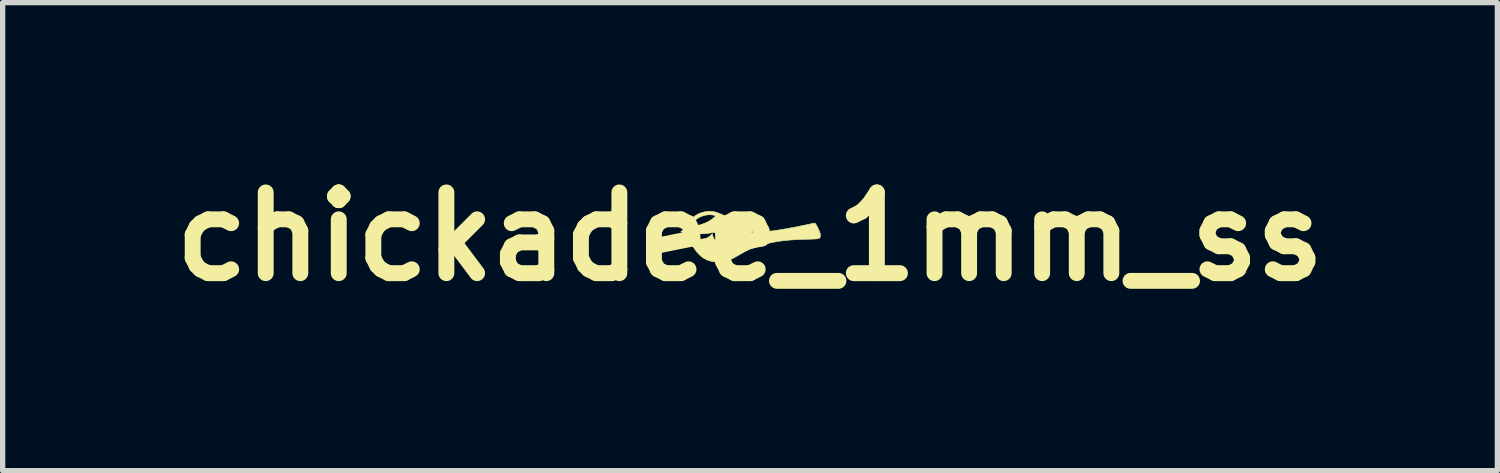
<source format=kicad_pcb>
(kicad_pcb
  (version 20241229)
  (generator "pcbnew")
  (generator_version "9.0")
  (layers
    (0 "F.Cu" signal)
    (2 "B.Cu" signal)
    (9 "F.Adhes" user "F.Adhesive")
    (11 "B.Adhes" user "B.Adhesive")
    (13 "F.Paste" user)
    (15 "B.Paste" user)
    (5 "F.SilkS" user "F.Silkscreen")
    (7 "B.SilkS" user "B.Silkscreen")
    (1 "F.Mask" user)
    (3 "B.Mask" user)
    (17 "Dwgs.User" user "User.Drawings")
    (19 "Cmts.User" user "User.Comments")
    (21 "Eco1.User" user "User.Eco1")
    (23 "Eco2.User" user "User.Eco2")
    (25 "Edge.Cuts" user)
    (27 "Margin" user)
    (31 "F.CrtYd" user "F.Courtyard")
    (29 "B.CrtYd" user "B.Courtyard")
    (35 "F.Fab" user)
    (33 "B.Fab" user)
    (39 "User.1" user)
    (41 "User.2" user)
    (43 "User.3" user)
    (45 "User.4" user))
  (footprint "chickadee_1mm_ss"
    (layer "F.Cu")
    (at 11.111 1.418)
    (property "Reference" "chickadee_1mm_ss" (at 0 0 0) (layer "F.SilkS") (effects (font (size 1.524 1.524) (thickness 0.3))))
    (attr through_hole)
    (fp_poly (pts (xy -0.751 -0.478) (xy -0.74 -0.478) (xy -0.731 -0.478) (xy -0.722 -0.477) (xy -0.714 -0.476) (xy -0.705 -0.475) (xy -0.696 -0.474) (xy -0.689 -0.472) (xy -0.669 -0.468) (xy -0.648 -0.462) (xy -0.627 -0.456) (xy -0.607 -0.449) (xy -0.604 -0.448) (xy -0.589 -0.442) (xy -0.574 -0.436) (xy -0.56 -0.43) (xy -0.545 -0.424) (xy -0.531 -0.418) (xy -0.516 -0.411) (xy -0.501 -0.404) (xy -0.485 -0.397) (xy -0.469 -0.39) (xy -0.452 -0.382) (xy -0.434 -0.374) (xy -0.415 -0.364) (xy -0.395 -0.355) (xy -0.373 -0.344) (xy -0.35 -0.333) (xy -0.325 -0.321) (xy -0.299 -0.308) (xy -0.271 -0.294) (xy -0.241 -0.279) (xy -0.233 -0.275) (xy -0.207 -0.262) (xy -0.183 -0.25) (xy -0.161 -0.239) (xy -0.14 -0.229) (xy -0.121 -0.22) (xy -0.103 -0.211) (xy -0.086 -0.203) (xy -0.07 -0.196) (xy -0.055 -0.189) (xy -0.041 -0.183) (xy -0.027 -0.176) (xy -0.013 -0.17) (xy 0.001 -0.165) (xy 0.014 -0.159) (xy 0.028 -0.153) (xy 0.043 -0.147) (xy 0.046 -0.146) (xy 0.055 -0.143) (xy 0.063 -0.14) (xy 0.07 -0.137) (xy 0.075 -0.134) (xy 0.079 -0.132) (xy 0.082 -0.131) (xy 0.082 -0.131) (xy 0.081 -0.13) (xy 0.079 -0.127) (xy 0.076 -0.123) (xy 0.071 -0.119) (xy 0.066 -0.113) (xy 0.06 -0.108) (xy 0.055 -0.103) (xy 0.049 -0.098) (xy 0.044 -0.093) (xy 0.042 -0.091) (xy 0.016 -0.072) (xy -0.012 -0.054) (xy -0.041 -0.037) (xy -0.073 -0.021) (xy -0.107 -0.006) (xy -0.143 0.008) (xy -0.181 0.021) (xy -0.221 0.033) (xy -0.263 0.044) (xy -0.306 0.053) (xy -0.313 0.055) (xy -0.343 0.06) (xy -0.371 0.065) (xy -0.397 0.068) (xy -0.422 0.07) (xy -0.446 0.071) (xy -0.468 0.071) (xy -0.489 0.069) (xy -0.499 0.068) (xy -0.521 0.065) (xy -0.542 0.059) (xy -0.561 0.053) (xy -0.578 0.045) (xy -0.593 0.035) (xy -0.607 0.024) (xy -0.618 0.011) (xy -0.628 -0.003) (xy -0.631 -0.009) (xy -0.636 -0.019) (xy -0.639 -0.029) (xy -0.642 -0.04) (xy -0.644 -0.053) (xy -0.646 -0.064) (xy -0.646 -0.072) (xy -0.67 -0.074) (xy -0.677 -0.075) (xy -0.684 -0.075) (xy -0.689 -0.076) (xy -0.693 -0.076) (xy -0.695 -0.076) (xy -0.695 -0.076) (xy -0.696 -0.077) (xy -0.696 -0.077) (xy -0.697 -0.078) (xy -0.699 -0.078) (xy -0.702 -0.078) (xy -0.706 -0.077) (xy -0.709 -0.077) (xy -0.711 -0.076) (xy -0.712 -0.076) (xy -0.716 -0.075) (xy -0.722 -0.074) (xy -0.728 -0.072) (xy -0.736 -0.071) (xy -0.738 -0.071) (xy -0.766 -0.066) (xy -0.792 -0.062) (xy -0.818 -0.059) (xy -0.845 -0.056) (xy -0.853 -0.055) (xy -0.86 -0.055) (xy -0.87 -0.054) (xy -0.88 -0.054) (xy -0.891 -0.054) (xy -0.903 -0.054) (xy -0.914 -0.054) (xy -0.925 -0.054) (xy -0.934 -0.055) (xy -0.942 -0.055) (xy -0.946 -0.055) (xy -0.971 -0.059) (xy -0.996 -0.063) (xy -1.02 -0.068) (xy -1.045 -0.074) (xy -1.071 -0.081) (xy -1.076 -0.083) (xy -1.084 -0.085) (xy -1.09 -0.087) (xy -1.094 -0.088) (xy -1.096 -0.089) (xy -1.098 -0.09) (xy -1.098 -0.091) (xy -1.098 -0.093) (xy -1.099 -0.097) (xy -1.1 -0.103) (xy -1.101 -0.11) (xy -1.102 -0.118) (xy -1.103 -0.128) (xy -1.104 -0.138) (xy -1.105 -0.15) (xy -1.106 -0.159) (xy -1.107 -0.167) (xy -1.107 -0.173) (xy -1.107 -0.177) (xy -1.107 -0.18) (xy -1.107 -0.182) (xy -1.107 -0.183) (xy -1.107 -0.183) (xy -1.105 -0.183) (xy -1.101 -0.184) (xy -1.1 -0.184) (xy -1.096 -0.185) (xy -1.09 -0.186) (xy -1.083 -0.188) (xy -1.074 -0.19) (xy -1.065 -0.192) (xy -1.054 -0.194) (xy -1.044 -0.197) (xy -1.034 -0.199) (xy -1.024 -0.201) (xy -1.015 -0.204) (xy -1.009 -0.205) (xy -0.974 -0.215) (xy -0.941 -0.224) (xy -0.91 -0.234) (xy -0.881 -0.244) (xy -0.854 -0.254) (xy -0.829 -0.265) (xy -0.825 -0.267) (xy -0.801 -0.278) (xy -0.776 -0.292) (xy -0.751 -0.307) (xy -0.728 -0.323) (xy -0.705 -0.34) (xy -0.69 -0.353) (xy -0.684 -0.358) (xy -0.678 -0.363) (xy -0.671 -0.369) (xy -0.665 -0.375) (xy -0.66 -0.38) (xy -0.655 -0.385) (xy -0.651 -0.389) (xy -0.649 -0.391) (xy -0.648 -0.393) (xy -0.648 -0.393) (xy -0.65 -0.394) (xy -0.653 -0.395) (xy -0.659 -0.397) (xy -0.665 -0.399) (xy -0.673 -0.401) (xy -0.681 -0.403) (xy -0.685 -0.404) (xy -0.709 -0.409) (xy -0.733 -0.412) (xy -0.757 -0.413) (xy -0.782 -0.413) (xy -0.808 -0.41) (xy -0.835 -0.406) (xy -0.863 -0.399) (xy -0.863 -0.399) (xy -0.892 -0.391) (xy -0.919 -0.381) (xy -0.945 -0.37) (xy -0.97 -0.357) (xy -0.993 -0.343) (xy -1.015 -0.328) (xy -1.035 -0.311) (xy -1.053 -0.294) (xy -1.07 -0.275) (xy -1.084 -0.255) (xy -1.096 -0.234) (xy -1.106 -0.213) (xy -1.107 -0.21) (xy -1.111 -0.2) (xy -1.162 -0.152) (xy -1.171 -0.143) (xy -1.18 -0.135) (xy -1.188 -0.127) (xy -1.195 -0.12) (xy -1.201 -0.114) (xy -1.206 -0.109) (xy -1.21 -0.106) (xy -1.212 -0.104) (xy -1.213 -0.103) (xy -1.212 -0.102) (xy -1.209 -0.101) (xy -1.204 -0.099) (xy -1.198 -0.096) (xy -1.19 -0.092) (xy -1.181 -0.088) (xy -1.171 -0.083) (xy -1.16 -0.079) (xy -1.158 -0.077) (xy -1.102 -0.053) (xy -1.096 -0.032) (xy -1.094 -0.023) (xy -1.09 -0.011) (xy -1.087 0.000459) (xy -1.083 0.013) (xy -1.079 0.024) (xy -1.075 0.035) (xy -1.072 0.043) (xy -1.07 0.048) (xy -1.069 0.051) (xy -1.067 0.053) (xy -1.065 0.054) (xy -1.062 0.054) (xy -1.058 0.054) (xy -1.052 0.055) (xy -1.044 0.055) (xy -1.035 0.055) (xy -1.026 0.055) (xy -1.017 0.055) (xy -1.007 0.055) (xy -0.998 0.054) (xy -0.99 0.054) (xy -0.982 0.054) (xy -0.977 0.053) (xy -0.921 0.047) (xy -0.887 0.043) (xy -0.872 0.041) (xy -0.859 0.038) (xy -0.848 0.036) (xy -0.839 0.034) (xy -0.83 0.031) (xy -0.821 0.028) (xy -0.813 0.025) (xy -0.804 0.02) (xy -0.803 0.02) (xy -0.784 0.009) (xy -0.765 -0.004) (xy -0.747 -0.019) (xy -0.73 -0.035) (xy -0.716 -0.051) (xy -0.71 -0.058) (xy -0.71 -0.054) (xy -0.71 -0.049) (xy -0.709 -0.042) (xy -0.707 -0.034) (xy -0.705 -0.026) (xy -0.703 -0.017) (xy -0.701 -0.01) (xy -0.7 -0.007) (xy -0.692 0.013) (xy -0.682 0.032) (xy -0.671 0.05) (xy -0.657 0.066) (xy -0.641 0.08) (xy -0.624 0.093) (xy -0.605 0.104) (xy -0.584 0.114) (xy -0.562 0.122) (xy -0.552 0.124) (xy -0.534 0.129) (xy -0.515 0.132) (xy -0.496 0.134) (xy -0.475 0.135) (xy -0.452 0.136) (xy -0.452 0.136) (xy -0.434 0.136) (xy -0.417 0.135) (xy -0.4 0.134) (xy -0.383 0.132) (xy -0.365 0.13) (xy -0.346 0.127) (xy -0.326 0.124) (xy -0.303 0.119) (xy -0.302 0.119) (xy -0.259 0.11) (xy -0.218 0.1) (xy -0.179 0.089) (xy -0.141 0.076) (xy -0.105 0.063) (xy -0.07 0.049) (xy -0.037 0.034) (xy -0.006 0.018) (xy 0.024 0.001) (xy 0.051 -0.017) (xy 0.076 -0.036) (xy 0.099 -0.055) (xy 0.115 -0.07) (xy 0.12 -0.076) (xy 0.126 -0.082) (xy 0.131 -0.088) (xy 0.136 -0.093) (xy 0.137 -0.094) (xy 0.14 -0.099) (xy 0.143 -0.103) (xy 0.145 -0.106) (xy 0.146 -0.107) (xy 0.147 -0.108) (xy 0.148 -0.108) (xy 0.15 -0.108) (xy 0.153 -0.108) (xy 0.158 -0.107) (xy 0.16 -0.107) (xy 0.195 -0.101) (xy 0.231 -0.097) (xy 0.267 -0.096) (xy 0.304 -0.097) (xy 0.309 -0.097) (xy 0.338 -0.1) (xy 0.369 -0.103) (xy 0.402 -0.107) (xy 0.438 -0.111) (xy 0.475 -0.116) (xy 0.514 -0.122) (xy 0.555 -0.128) (xy 0.598 -0.135) (xy 0.642 -0.142) (xy 0.688 -0.15) (xy 0.736 -0.159) (xy 0.784 -0.168) (xy 0.834 -0.177) (xy 0.885 -0.187) (xy 0.938 -0.198) (xy 0.991 -0.209) (xy 1.045 -0.22) (xy 1.1 -0.232) (xy 1.153 -0.243) (xy 1.168 -0.247) (xy 1.181 -0.25) (xy 1.192 -0.252) (xy 1.202 -0.253) (xy 1.21 -0.254) (xy 1.216 -0.255) (xy 1.222 -0.254) (xy 1.227 -0.253) (xy 1.231 -0.25) (xy 1.234 -0.247) (xy 1.238 -0.243) (xy 1.241 -0.238) (xy 1.245 -0.232) (xy 1.249 -0.225) (xy 1.251 -0.222) (xy 1.264 -0.2) (xy 1.276 -0.177) (xy 1.287 -0.156) (xy 1.297 -0.134) (xy 1.305 -0.114) (xy 1.313 -0.096) (xy 1.318 -0.082) (xy 1.323 -0.064) (xy 1.327 -0.047) (xy 1.329 -0.032) (xy 1.329 -0.018) (xy 1.328 -0.005) (xy 1.325 0.006) (xy 1.321 0.016) (xy 1.315 0.024) (xy 1.308 0.03) (xy 1.304 0.032) (xy 1.3 0.034) (xy 1.297 0.035) (xy 1.292 0.037) (xy 1.288 0.038) (xy 1.282 0.039) (xy 1.276 0.04) (xy 1.269 0.041) (xy 1.26 0.042) (xy 1.251 0.043) (xy 1.24 0.043) (xy 1.228 0.044) (xy 1.215 0.045) (xy 1.199 0.046) (xy 1.182 0.046) (xy 1.163 0.047) (xy 1.142 0.048) (xy 1.119 0.048) (xy 1.093 0.049) (xy 1.089 0.049) (xy 1.047 0.05) (xy 1.007 0.051) (xy 0.969 0.053) (xy 0.934 0.054) (xy 0.9 0.056) (xy 0.867 0.057) (xy 0.836 0.059) (xy 0.805 0.061) (xy 0.776 0.063) (xy 0.747 0.065) (xy 0.719 0.068) (xy 0.691 0.071) (xy 0.682 0.071) (xy 0.638 0.076) (xy 0.595 0.081) (xy 0.554 0.087) (xy 0.513 0.093) (xy 0.473 0.1) (xy 0.434 0.108) (xy 0.395 0.116) (xy 0.355 0.125) (xy 0.316 0.135) (xy 0.275 0.145) (xy 0.234 0.157) (xy 0.192 0.17) (xy 0.148 0.184) (xy 0.103 0.198) (xy 0.067 0.211) (xy 0.05 0.217) (xy 0.034 0.223) (xy 0.018 0.229) (xy 0.003 0.235) (xy -0.013 0.242) (xy -0.028 0.248) (xy -0.044 0.256) (xy -0.06 0.264) (xy -0.077 0.273) (xy -0.095 0.283) (xy -0.115 0.293) (xy -0.136 0.305) (xy -0.158 0.318) (xy -0.166 0.322) (xy -0.186 0.334) (xy -0.204 0.344) (xy -0.22 0.353) (xy -0.235 0.362) (xy -0.248 0.369) (xy -0.26 0.376) (xy -0.271 0.382) (xy -0.281 0.388) (xy -0.29 0.393) (xy -0.298 0.397) (xy -0.306 0.401) (xy -0.313 0.405) (xy -0.32 0.408) (xy -0.327 0.412) (xy -0.334 0.415) (xy -0.341 0.419) (xy -0.341 0.419) (xy -0.365 0.43) (xy -0.386 0.439) (xy -0.407 0.447) (xy -0.428 0.454) (xy -0.449 0.46) (xy -0.47 0.465) (xy -0.492 0.469) (xy -0.516 0.473) (xy -0.538 0.475) (xy -0.552 0.477) (xy -0.568 0.478) (xy -0.585 0.478) (xy -0.602 0.479) (xy -0.618 0.479) (xy -0.634 0.479) (xy -0.644 0.478) (xy -0.671 0.476) (xy -0.699 0.472) (xy -0.726 0.467) (xy -0.753 0.46) (xy -0.779 0.452) (xy -0.804 0.443) (xy -0.827 0.434) (xy -0.833 0.43) (xy -0.861 0.415) (xy -0.888 0.398) (xy -0.915 0.378) (xy -0.941 0.356) (xy -0.966 0.332) (xy -0.99 0.306) (xy -1.014 0.278) (xy -1.036 0.248) (xy -1.058 0.216) (xy -1.078 0.182) (xy -1.098 0.146) (xy -1.113 0.115) (xy -1.12 0.101) (xy -1.126 0.087) (xy -1.132 0.072) (xy -1.138 0.055) (xy -1.144 0.037) (xy -1.145 0.033) (xy -1.148 0.025) (xy -1.151 0.016) (xy -1.154 0.007) (xy -1.156 -0.002) (xy -1.159 -0.011) (xy -1.161 -0.018) (xy -1.163 -0.025) (xy -1.164 -0.029) (xy -1.164 -0.031) (xy -1.165 -0.035) (xy -1.235 -0.063) (xy -1.247 -0.068) (xy -1.259 -0.073) (xy -1.27 -0.077) (xy -1.28 -0.081) (xy -1.288 -0.085) (xy -1.295 -0.087) (xy -1.301 -0.09) (xy -1.304 -0.091) (xy -1.306 -0.092) (xy -1.306 -0.092) (xy -1.305 -0.093) (xy -1.302 -0.095) (xy -1.298 -0.099) (xy -1.293 -0.104) (xy -1.286 -0.11) (xy -1.279 -0.117) (xy -1.27 -0.125) (xy -1.261 -0.133) (xy -1.25 -0.142) (xy -1.242 -0.15) (xy -1.229 -0.161) (xy -1.219 -0.171) (xy -1.21 -0.179) (xy -1.202 -0.186) (xy -1.196 -0.192) (xy -1.19 -0.196) (xy -1.186 -0.2) (xy -1.183 -0.204) (xy -1.18 -0.206) (xy -1.179 -0.208) (xy -1.177 -0.21) (xy -1.177 -0.211) (xy -1.176 -0.212) (xy -1.176 -0.213) (xy -1.176 -0.214) (xy -1.173 -0.221) (xy -1.17 -0.229) (xy -1.167 -0.239) (xy -1.162 -0.248) (xy -1.158 -0.258) (xy -1.156 -0.262) (xy -1.145 -0.282) (xy -1.132 -0.302) (xy -1.117 -0.32) (xy -1.1 -0.339) (xy -1.096 -0.344) (xy -1.077 -0.362) (xy -1.057 -0.379) (xy -1.037 -0.394) (xy -1.014 -0.408) (xy -0.991 -0.421) (xy -0.983 -0.425) (xy -0.96 -0.436) (xy -0.937 -0.445) (xy -0.913 -0.454) (xy -0.888 -0.461) (xy -0.863 -0.467) (xy -0.835 -0.472) (xy -0.819 -0.475) (xy -0.812 -0.476) (xy -0.806 -0.477) (xy -0.801 -0.477) (xy -0.795 -0.478) (xy -0.789 -0.478) (xy -0.782 -0.478) (xy -0.773 -0.478) (xy -0.764 -0.478) (xy -0.751 -0.478)) (stroke (width 0.01) (type solid)) (fill yes) (layer "F.SilkS")))
  (gr_rect
    (start -3 -3)
    (end 25.221 5.836)
    (stroke (width 0.1) (type default))
    (fill no)
    (layer "Edge.Cuts")))
</source>
